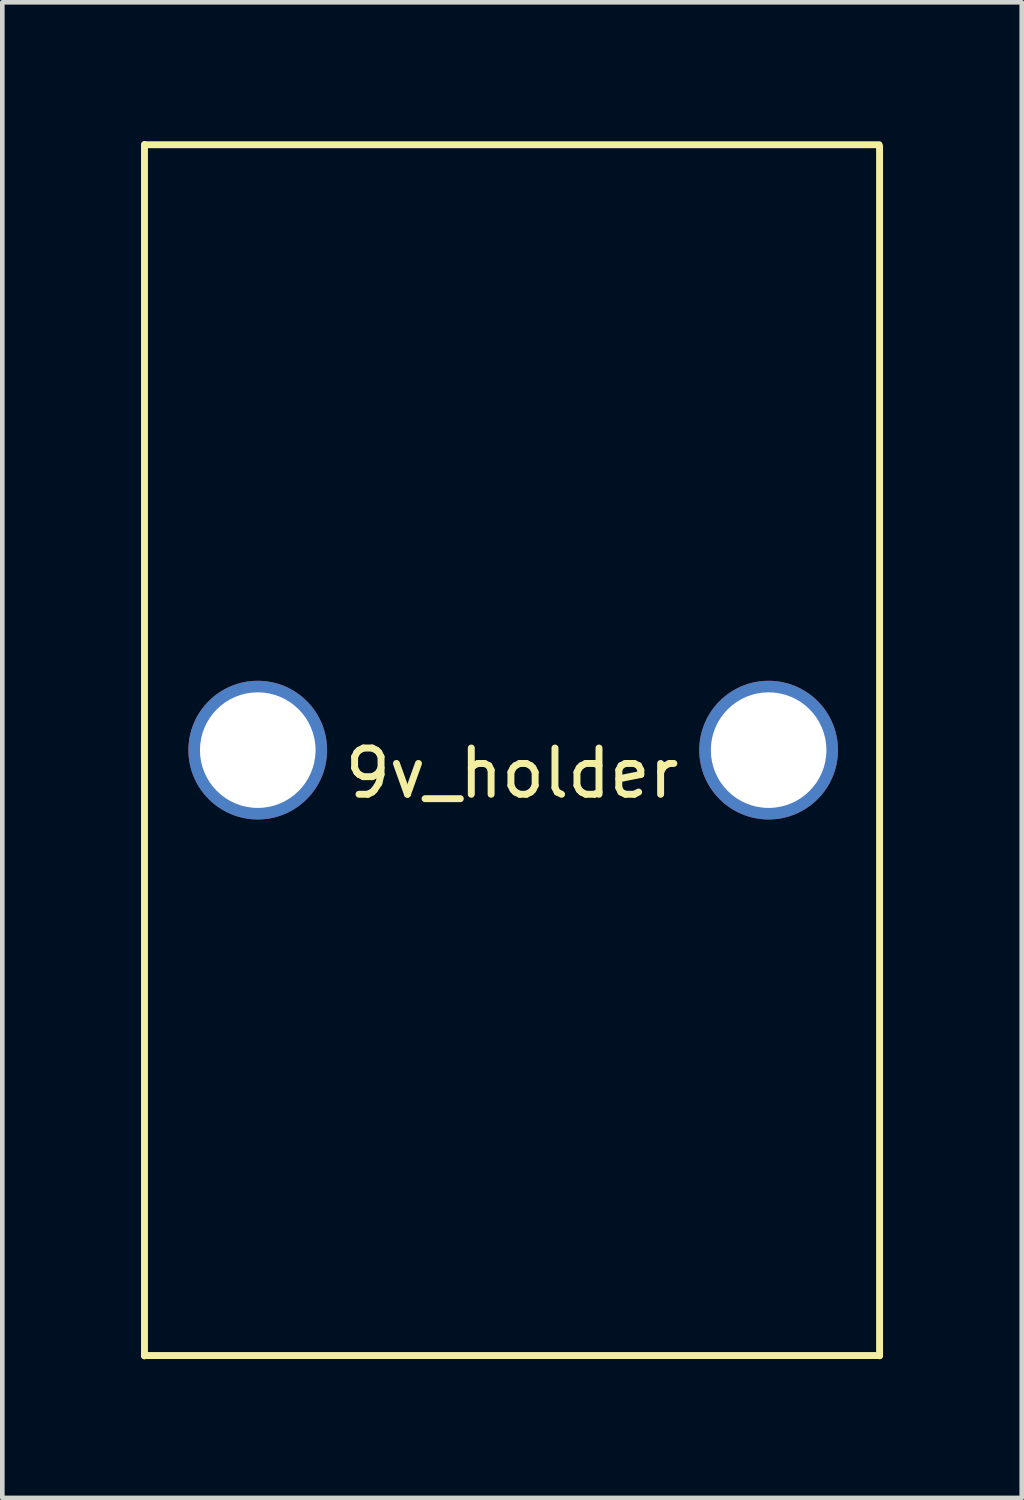
<source format=kicad_pcb>
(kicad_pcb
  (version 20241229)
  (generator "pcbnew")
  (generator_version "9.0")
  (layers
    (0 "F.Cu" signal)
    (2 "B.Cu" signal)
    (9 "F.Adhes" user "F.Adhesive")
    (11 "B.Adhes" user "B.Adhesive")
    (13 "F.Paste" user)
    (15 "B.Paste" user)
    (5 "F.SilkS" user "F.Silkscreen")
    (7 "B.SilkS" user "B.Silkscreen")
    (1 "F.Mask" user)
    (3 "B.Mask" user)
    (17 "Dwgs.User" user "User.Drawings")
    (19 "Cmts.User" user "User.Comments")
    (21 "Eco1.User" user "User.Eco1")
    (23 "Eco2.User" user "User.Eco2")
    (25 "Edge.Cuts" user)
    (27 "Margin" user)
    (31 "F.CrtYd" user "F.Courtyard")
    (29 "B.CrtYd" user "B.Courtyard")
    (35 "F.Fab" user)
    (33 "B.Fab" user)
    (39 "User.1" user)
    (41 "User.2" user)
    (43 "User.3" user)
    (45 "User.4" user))
  (footprint "9v_holder"
    (layer "F.Cu")
    (at 8.025 13.175)
    (property "Reference" "9v_holder" (at 0 0.5 0) (layer "F.SilkS") (effects (font (size 1 1) (thickness 0.15))))
    (attr through_hole)
    (fp_line (start -7.95 -13.1) (end -7.95 13.1) (stroke (width 0.15) (type solid)) (layer "F.SilkS"))
    (fp_line (start -7.95 13.1) (end -7.95 13.1) (stroke (width 0.15) (type solid)) (layer "F.SilkS"))
    (fp_line (start -7.94 -13.095) (end 7.94 -13.095) (stroke (width 0.15) (type solid)) (layer "F.SilkS"))
    (fp_line (start -7.93 13.095) (end 7.95 13.095) (stroke (width 0.15) (type solid)) (layer "F.SilkS"))
    (fp_line (start 7.95 -13.05) (end 7.95 -13.05) (stroke (width 0.15) (type solid)) (layer "F.SilkS"))
    (fp_line (start 7.95 13.1) (end 7.95 -13.05) (stroke (width 0.15) (type solid)) (layer "F.SilkS"))
    (pad "" np_thru_hole circle (at -5.5 0) (size 3 3) (drill 2.5) (layers "*.Cu" "*.Mask"))
    (pad "" np_thru_hole circle (at 5.55 0) (size 3 3) (drill 2.5) (layers "*.Cu" "*.Mask")))
  (gr_rect
    (start -3 -3)
    (end 19.05 29.35)
    (stroke (width 0.1) (type default))
    (fill no)
    (layer "Edge.Cuts")))
</source>
